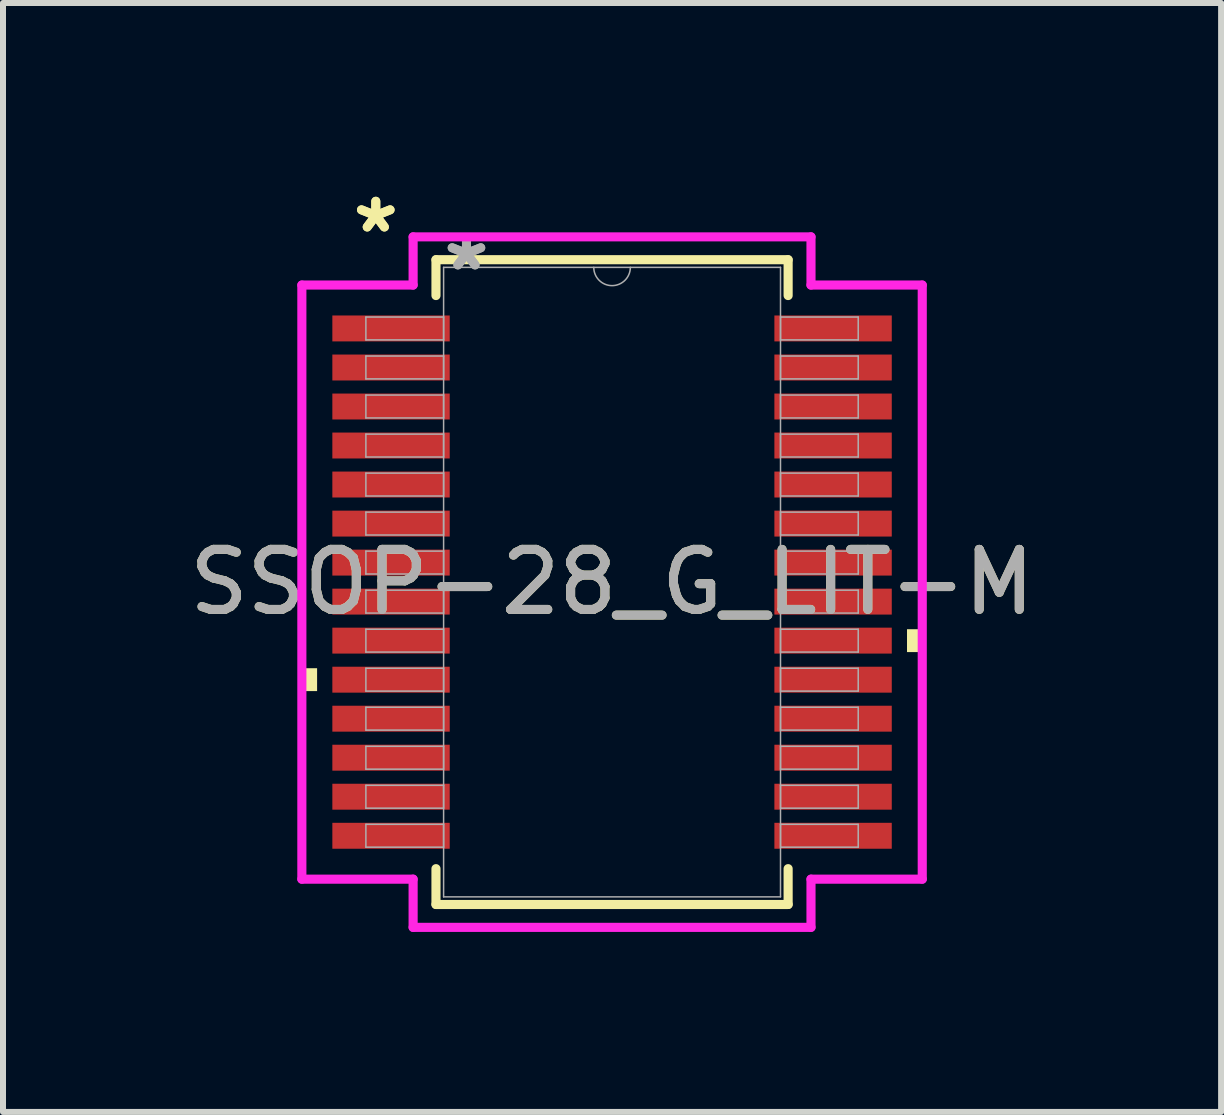
<source format=kicad_pcb>
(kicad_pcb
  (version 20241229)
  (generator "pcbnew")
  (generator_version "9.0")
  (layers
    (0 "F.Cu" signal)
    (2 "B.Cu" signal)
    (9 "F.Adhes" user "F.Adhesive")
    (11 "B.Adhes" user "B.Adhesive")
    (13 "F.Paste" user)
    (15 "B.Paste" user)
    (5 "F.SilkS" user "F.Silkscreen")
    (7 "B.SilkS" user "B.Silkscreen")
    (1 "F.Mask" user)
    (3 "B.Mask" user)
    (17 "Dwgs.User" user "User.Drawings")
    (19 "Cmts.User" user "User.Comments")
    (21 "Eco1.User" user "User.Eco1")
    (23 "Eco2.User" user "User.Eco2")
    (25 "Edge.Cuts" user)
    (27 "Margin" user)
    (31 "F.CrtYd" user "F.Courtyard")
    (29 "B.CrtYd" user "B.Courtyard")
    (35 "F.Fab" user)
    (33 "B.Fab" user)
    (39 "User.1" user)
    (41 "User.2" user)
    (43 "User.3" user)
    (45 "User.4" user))
  (footprint "SSOP-28_G_LIT-M"
    (layer "F.Cu")
    (at 7.149 6.65)
    (property "Reference" "SSOP-28_G_LIT-M" (at 0 0 0) (unlocked yes) (layer "F.SilkS") (effects (font (size 1 1) (thickness 0.15))))
    (attr smd)
    (fp_line (start -2.934 -5.372) (end -2.934 -4.775) (stroke (width 0.152) (type solid)) (layer "F.SilkS"))
    (fp_line (start -2.934 4.775) (end -2.934 5.372) (stroke (width 0.152) (type solid)) (layer "F.SilkS"))
    (fp_line (start -2.934 5.372) (end 2.934 5.372) (stroke (width 0.152) (type solid)) (layer "F.SilkS"))
    (fp_line (start 2.934 -5.372) (end -2.934 -5.372) (stroke (width 0.152) (type solid)) (layer "F.SilkS"))
    (fp_line (start 2.934 -4.775) (end 2.934 -5.372) (stroke (width 0.152) (type solid)) (layer "F.SilkS"))
    (fp_line (start 2.934 5.372) (end 2.934 4.775) (stroke (width 0.152) (type solid)) (layer "F.SilkS"))
    (fp_poly (pts (xy -5.169 1.435) (xy -5.169 1.816) (xy -4.915 1.816) (xy -4.915 1.435)) (stroke (width 0) (type solid)) (fill yes) (layer "F.SilkS"))
    (fp_poly (pts (xy 5.169 0.785) (xy 5.169 1.166) (xy 4.915 1.166) (xy 4.915 0.785)) (stroke (width 0) (type solid)) (fill yes) (layer "F.SilkS"))
    (fp_line (start -5.169 -4.95) (end -3.315 -4.95) (stroke (width 0.152) (type solid)) (layer "F.CrtYd"))
    (fp_line (start -5.169 4.95) (end -5.169 -4.95) (stroke (width 0.152) (type solid)) (layer "F.CrtYd"))
    (fp_line (start -5.169 4.95) (end -3.315 4.95) (stroke (width 0.152) (type solid)) (layer "F.CrtYd"))
    (fp_line (start -3.315 -5.753) (end 3.315 -5.753) (stroke (width 0.152) (type solid)) (layer "F.CrtYd"))
    (fp_line (start -3.315 -4.95) (end -3.315 -5.753) (stroke (width 0.152) (type solid)) (layer "F.CrtYd"))
    (fp_line (start -3.315 5.753) (end -3.315 4.95) (stroke (width 0.152) (type solid)) (layer "F.CrtYd"))
    (fp_line (start 3.315 -5.753) (end 3.315 -4.95) (stroke (width 0.152) (type solid)) (layer "F.CrtYd"))
    (fp_line (start 3.315 4.95) (end 3.315 5.753) (stroke (width 0.152) (type solid)) (layer "F.CrtYd"))
    (fp_line (start 3.315 5.753) (end -3.315 5.753) (stroke (width 0.152) (type solid)) (layer "F.CrtYd"))
    (fp_line (start 5.169 -4.95) (end 3.315 -4.95) (stroke (width 0.152) (type solid)) (layer "F.CrtYd"))
    (fp_line (start 5.169 -4.95) (end 5.169 4.95) (stroke (width 0.152) (type solid)) (layer "F.CrtYd"))
    (fp_line (start 5.169 4.95) (end 3.315 4.95) (stroke (width 0.152) (type solid)) (layer "F.CrtYd"))
    (fp_line (start -4.102 -4.417) (end -4.102 -4.036) (stroke (width 0.025) (type solid)) (layer "F.Fab"))
    (fp_line (start -4.102 -4.036) (end -2.807 -4.036) (stroke (width 0.025) (type solid)) (layer "F.Fab"))
    (fp_line (start -4.102 -3.767) (end -4.102 -3.386) (stroke (width 0.025) (type solid)) (layer "F.Fab"))
    (fp_line (start -4.102 -3.386) (end -2.807 -3.386) (stroke (width 0.025) (type solid)) (layer "F.Fab"))
    (fp_line (start -4.102 -3.117) (end -4.102 -2.736) (stroke (width 0.025) (type solid)) (layer "F.Fab"))
    (fp_line (start -4.102 -2.736) (end -2.807 -2.736) (stroke (width 0.025) (type solid)) (layer "F.Fab"))
    (fp_line (start -4.102 -2.466) (end -4.102 -2.085) (stroke (width 0.025) (type solid)) (layer "F.Fab"))
    (fp_line (start -4.102 -2.085) (end -2.807 -2.085) (stroke (width 0.025) (type solid)) (layer "F.Fab"))
    (fp_line (start -4.102 -1.816) (end -4.102 -1.435) (stroke (width 0.025) (type solid)) (layer "F.Fab"))
    (fp_line (start -4.102 -1.435) (end -2.807 -1.435) (stroke (width 0.025) (type solid)) (layer "F.Fab"))
    (fp_line (start -4.102 -1.166) (end -4.102 -0.785) (stroke (width 0.025) (type solid)) (layer "F.Fab"))
    (fp_line (start -4.102 -0.785) (end -2.807 -0.785) (stroke (width 0.025) (type solid)) (layer "F.Fab"))
    (fp_line (start -4.102 -0.516) (end -4.102 -0.135) (stroke (width 0.025) (type solid)) (layer "F.Fab"))
    (fp_line (start -4.102 -0.135) (end -2.807 -0.135) (stroke (width 0.025) (type solid)) (layer "F.Fab"))
    (fp_line (start -4.102 0.135) (end -4.102 0.516) (stroke (width 0.025) (type solid)) (layer "F.Fab"))
    (fp_line (start -4.102 0.516) (end -2.807 0.516) (stroke (width 0.025) (type solid)) (layer "F.Fab"))
    (fp_line (start -4.102 0.785) (end -4.102 1.166) (stroke (width 0.025) (type solid)) (layer "F.Fab"))
    (fp_line (start -4.102 1.166) (end -2.807 1.166) (stroke (width 0.025) (type solid)) (layer "F.Fab"))
    (fp_line (start -4.102 1.435) (end -4.102 1.816) (stroke (width 0.025) (type solid)) (layer "F.Fab"))
    (fp_line (start -4.102 1.816) (end -2.807 1.816) (stroke (width 0.025) (type solid)) (layer "F.Fab"))
    (fp_line (start -4.102 2.085) (end -4.102 2.466) (stroke (width 0.025) (type solid)) (layer "F.Fab"))
    (fp_line (start -4.102 2.466) (end -2.807 2.466) (stroke (width 0.025) (type solid)) (layer "F.Fab"))
    (fp_line (start -4.102 2.736) (end -4.102 3.117) (stroke (width 0.025) (type solid)) (layer "F.Fab"))
    (fp_line (start -4.102 3.117) (end -2.807 3.117) (stroke (width 0.025) (type solid)) (layer "F.Fab"))
    (fp_line (start -4.102 3.386) (end -4.102 3.767) (stroke (width 0.025) (type solid)) (layer "F.Fab"))
    (fp_line (start -4.102 3.767) (end -2.807 3.767) (stroke (width 0.025) (type solid)) (layer "F.Fab"))
    (fp_line (start -4.102 4.036) (end -4.102 4.417) (stroke (width 0.025) (type solid)) (layer "F.Fab"))
    (fp_line (start -4.102 4.417) (end -2.807 4.417) (stroke (width 0.025) (type solid)) (layer "F.Fab"))
    (fp_line (start -2.807 -5.245) (end -2.807 5.245) (stroke (width 0.025) (type solid)) (layer "F.Fab"))
    (fp_line (start -2.807 -4.417) (end -4.102 -4.417) (stroke (width 0.025) (type solid)) (layer "F.Fab"))
    (fp_line (start -2.807 -4.036) (end -2.807 -4.417) (stroke (width 0.025) (type solid)) (layer "F.Fab"))
    (fp_line (start -2.807 -3.767) (end -4.102 -3.767) (stroke (width 0.025) (type solid)) (layer "F.Fab"))
    (fp_line (start -2.807 -3.386) (end -2.807 -3.767) (stroke (width 0.025) (type solid)) (layer "F.Fab"))
    (fp_line (start -2.807 -3.117) (end -4.102 -3.117) (stroke (width 0.025) (type solid)) (layer "F.Fab"))
    (fp_line (start -2.807 -2.736) (end -2.807 -3.117) (stroke (width 0.025) (type solid)) (layer "F.Fab"))
    (fp_line (start -2.807 -2.466) (end -4.102 -2.466) (stroke (width 0.025) (type solid)) (layer "F.Fab"))
    (fp_line (start -2.807 -2.085) (end -2.807 -2.466) (stroke (width 0.025) (type solid)) (layer "F.Fab"))
    (fp_line (start -2.807 -1.816) (end -4.102 -1.816) (stroke (width 0.025) (type solid)) (layer "F.Fab"))
    (fp_line (start -2.807 -1.435) (end -2.807 -1.816) (stroke (width 0.025) (type solid)) (layer "F.Fab"))
    (fp_line (start -2.807 -1.166) (end -4.102 -1.166) (stroke (width 0.025) (type solid)) (layer "F.Fab"))
    (fp_line (start -2.807 -0.785) (end -2.807 -1.166) (stroke (width 0.025) (type solid)) (layer "F.Fab"))
    (fp_line (start -2.807 -0.516) (end -4.102 -0.516) (stroke (width 0.025) (type solid)) (layer "F.Fab"))
    (fp_line (start -2.807 -0.135) (end -2.807 -0.516) (stroke (width 0.025) (type solid)) (layer "F.Fab"))
    (fp_line (start -2.807 0.135) (end -4.102 0.135) (stroke (width 0.025) (type solid)) (layer "F.Fab"))
    (fp_line (start -2.807 0.516) (end -2.807 0.135) (stroke (width 0.025) (type solid)) (layer "F.Fab"))
    (fp_line (start -2.807 0.785) (end -4.102 0.785) (stroke (width 0.025) (type solid)) (layer "F.Fab"))
    (fp_line (start -2.807 1.166) (end -2.807 0.785) (stroke (width 0.025) (type solid)) (layer "F.Fab"))
    (fp_line (start -2.807 1.435) (end -4.102 1.435) (stroke (width 0.025) (type solid)) (layer "F.Fab"))
    (fp_line (start -2.807 1.816) (end -2.807 1.435) (stroke (width 0.025) (type solid)) (layer "F.Fab"))
    (fp_line (start -2.807 2.085) (end -4.102 2.085) (stroke (width 0.025) (type solid)) (layer "F.Fab"))
    (fp_line (start -2.807 2.466) (end -2.807 2.085) (stroke (width 0.025) (type solid)) (layer "F.Fab"))
    (fp_line (start -2.807 2.736) (end -4.102 2.736) (stroke (width 0.025) (type solid)) (layer "F.Fab"))
    (fp_line (start -2.807 3.117) (end -2.807 2.736) (stroke (width 0.025) (type solid)) (layer "F.Fab"))
    (fp_line (start -2.807 3.386) (end -4.102 3.386) (stroke (width 0.025) (type solid)) (layer "F.Fab"))
    (fp_line (start -2.807 3.767) (end -2.807 3.386) (stroke (width 0.025) (type solid)) (layer "F.Fab"))
    (fp_line (start -2.807 4.036) (end -4.102 4.036) (stroke (width 0.025) (type solid)) (layer "F.Fab"))
    (fp_line (start -2.807 4.417) (end -2.807 4.036) (stroke (width 0.025) (type solid)) (layer "F.Fab"))
    (fp_line (start -2.807 5.245) (end 2.807 5.245) (stroke (width 0.025) (type solid)) (layer "F.Fab"))
    (fp_line (start 2.807 -5.245) (end -2.807 -5.245) (stroke (width 0.025) (type solid)) (layer "F.Fab"))
    (fp_line (start 2.807 -4.417) (end 2.807 -4.036) (stroke (width 0.025) (type solid)) (layer "F.Fab"))
    (fp_line (start 2.807 -4.036) (end 4.102 -4.036) (stroke (width 0.025) (type solid)) (layer "F.Fab"))
    (fp_line (start 2.807 -3.767) (end 2.807 -3.386) (stroke (width 0.025) (type solid)) (layer "F.Fab"))
    (fp_line (start 2.807 -3.386) (end 4.102 -3.386) (stroke (width 0.025) (type solid)) (layer "F.Fab"))
    (fp_line (start 2.807 -3.117) (end 2.807 -2.736) (stroke (width 0.025) (type solid)) (layer "F.Fab"))
    (fp_line (start 2.807 -2.736) (end 4.102 -2.736) (stroke (width 0.025) (type solid)) (layer "F.Fab"))
    (fp_line (start 2.807 -2.466) (end 2.807 -2.085) (stroke (width 0.025) (type solid)) (layer "F.Fab"))
    (fp_line (start 2.807 -2.085) (end 4.102 -2.085) (stroke (width 0.025) (type solid)) (layer "F.Fab"))
    (fp_line (start 2.807 -1.816) (end 2.807 -1.435) (stroke (width 0.025) (type solid)) (layer "F.Fab"))
    (fp_line (start 2.807 -1.435) (end 4.102 -1.435) (stroke (width 0.025) (type solid)) (layer "F.Fab"))
    (fp_line (start 2.807 -1.166) (end 2.807 -0.785) (stroke (width 0.025) (type solid)) (layer "F.Fab"))
    (fp_line (start 2.807 -0.785) (end 4.102 -0.785) (stroke (width 0.025) (type solid)) (layer "F.Fab"))
    (fp_line (start 2.807 -0.516) (end 2.807 -0.135) (stroke (width 0.025) (type solid)) (layer "F.Fab"))
    (fp_line (start 2.807 -0.135) (end 4.102 -0.135) (stroke (width 0.025) (type solid)) (layer "F.Fab"))
    (fp_line (start 2.807 0.135) (end 2.807 0.516) (stroke (width 0.025) (type solid)) (layer "F.Fab"))
    (fp_line (start 2.807 0.516) (end 4.102 0.516) (stroke (width 0.025) (type solid)) (layer "F.Fab"))
    (fp_line (start 2.807 0.785) (end 2.807 1.166) (stroke (width 0.025) (type solid)) (layer "F.Fab"))
    (fp_line (start 2.807 1.166) (end 4.102 1.166) (stroke (width 0.025) (type solid)) (layer "F.Fab"))
    (fp_line (start 2.807 1.435) (end 2.807 1.816) (stroke (width 0.025) (type solid)) (layer "F.Fab"))
    (fp_line (start 2.807 1.816) (end 4.102 1.816) (stroke (width 0.025) (type solid)) (layer "F.Fab"))
    (fp_line (start 2.807 2.085) (end 2.807 2.466) (stroke (width 0.025) (type solid)) (layer "F.Fab"))
    (fp_line (start 2.807 2.466) (end 4.102 2.466) (stroke (width 0.025) (type solid)) (layer "F.Fab"))
    (fp_line (start 2.807 2.736) (end 2.807 3.117) (stroke (width 0.025) (type solid)) (layer "F.Fab"))
    (fp_line (start 2.807 3.117) (end 4.102 3.117) (stroke (width 0.025) (type solid)) (layer "F.Fab"))
    (fp_line (start 2.807 3.386) (end 2.807 3.767) (stroke (width 0.025) (type solid)) (layer "F.Fab"))
    (fp_line (start 2.807 3.767) (end 4.102 3.767) (stroke (width 0.025) (type solid)) (layer "F.Fab"))
    (fp_line (start 2.807 4.036) (end 2.807 4.417) (stroke (width 0.025) (type solid)) (layer "F.Fab"))
    (fp_line (start 2.807 4.417) (end 4.102 4.417) (stroke (width 0.025) (type solid)) (layer "F.Fab"))
    (fp_line (start 2.807 5.245) (end 2.807 -5.245) (stroke (width 0.025) (type solid)) (layer "F.Fab"))
    (fp_line (start 4.102 -4.417) (end 2.807 -4.417) (stroke (width 0.025) (type solid)) (layer "F.Fab"))
    (fp_line (start 4.102 -4.036) (end 4.102 -4.417) (stroke (width 0.025) (type solid)) (layer "F.Fab"))
    (fp_line (start 4.102 -3.767) (end 2.807 -3.767) (stroke (width 0.025) (type solid)) (layer "F.Fab"))
    (fp_line (start 4.102 -3.386) (end 4.102 -3.767) (stroke (width 0.025) (type solid)) (layer "F.Fab"))
    (fp_line (start 4.102 -3.117) (end 2.807 -3.117) (stroke (width 0.025) (type solid)) (layer "F.Fab"))
    (fp_line (start 4.102 -2.736) (end 4.102 -3.117) (stroke (width 0.025) (type solid)) (layer "F.Fab"))
    (fp_line (start 4.102 -2.466) (end 2.807 -2.466) (stroke (width 0.025) (type solid)) (layer "F.Fab"))
    (fp_line (start 4.102 -2.085) (end 4.102 -2.466) (stroke (width 0.025) (type solid)) (layer "F.Fab"))
    (fp_line (start 4.102 -1.816) (end 2.807 -1.816) (stroke (width 0.025) (type solid)) (layer "F.Fab"))
    (fp_line (start 4.102 -1.435) (end 4.102 -1.816) (stroke (width 0.025) (type solid)) (layer "F.Fab"))
    (fp_line (start 4.102 -1.166) (end 2.807 -1.166) (stroke (width 0.025) (type solid)) (layer "F.Fab"))
    (fp_line (start 4.102 -0.785) (end 4.102 -1.166) (stroke (width 0.025) (type solid)) (layer "F.Fab"))
    (fp_line (start 4.102 -0.516) (end 2.807 -0.516) (stroke (width 0.025) (type solid)) (layer "F.Fab"))
    (fp_line (start 4.102 -0.135) (end 4.102 -0.516) (stroke (width 0.025) (type solid)) (layer "F.Fab"))
    (fp_line (start 4.102 0.135) (end 2.807 0.135) (stroke (width 0.025) (type solid)) (layer "F.Fab"))
    (fp_line (start 4.102 0.516) (end 4.102 0.135) (stroke (width 0.025) (type solid)) (layer "F.Fab"))
    (fp_line (start 4.102 0.785) (end 2.807 0.785) (stroke (width 0.025) (type solid)) (layer "F.Fab"))
    (fp_line (start 4.102 1.166) (end 4.102 0.785) (stroke (width 0.025) (type solid)) (layer "F.Fab"))
    (fp_line (start 4.102 1.435) (end 2.807 1.435) (stroke (width 0.025) (type solid)) (layer "F.Fab"))
    (fp_line (start 4.102 1.816) (end 4.102 1.435) (stroke (width 0.025) (type solid)) (layer "F.Fab"))
    (fp_line (start 4.102 2.085) (end 2.807 2.085) (stroke (width 0.025) (type solid)) (layer "F.Fab"))
    (fp_line (start 4.102 2.466) (end 4.102 2.085) (stroke (width 0.025) (type solid)) (layer "F.Fab"))
    (fp_line (start 4.102 2.736) (end 2.807 2.736) (stroke (width 0.025) (type solid)) (layer "F.Fab"))
    (fp_line (start 4.102 3.117) (end 4.102 2.736) (stroke (width 0.025) (type solid)) (layer "F.Fab"))
    (fp_line (start 4.102 3.386) (end 2.807 3.386) (stroke (width 0.025) (type solid)) (layer "F.Fab"))
    (fp_line (start 4.102 3.767) (end 4.102 3.386) (stroke (width 0.025) (type solid)) (layer "F.Fab"))
    (fp_line (start 4.102 4.036) (end 2.807 4.036) (stroke (width 0.025) (type solid)) (layer "F.Fab"))
    (fp_line (start 4.102 4.417) (end 4.102 4.036) (stroke (width 0.025) (type solid)) (layer "F.Fab"))
    (fp_arc (start 0.3048 -5.2451) (mid 0 -4.9403) (end -0.3048 -5.2451) (stroke (width 0.0254) (type solid)) (layer "F.Fab"))
    (fp_text user "*" (at -3.937 -5.801 0) (unlocked yes) (layer "F.SilkS") (effects (font (size 1 1) (thickness 0.15))))
    (fp_text user "*" (at -3.937 -5.801 0) (layer "F.SilkS") (effects (font (size 1 1) (thickness 0.15))))
    (fp_text user "${REFERENCE}" (at 0 0 0) (unlocked yes) (layer "F.Fab") (effects (font (size 1 1) (thickness 0.15))))
    (fp_text user "*" (at -2.426 -5.169 0) (unlocked yes) (layer "F.Fab") (effects (font (size 1 1) (thickness 0.15))))
    (fp_text user "*" (at -2.426 -5.169 0) (layer "F.Fab") (effects (font (size 1 1) (thickness 0.15))))
    (pad "1" smd rect (at -3.683 -4.227) (size 1.956 0.432) (layers "F.Cu" "F.Mask" "F.Paste"))
    (pad "2" smd rect (at -3.683 -3.576) (size 1.956 0.432) (layers "F.Cu" "F.Mask" "F.Paste"))
    (pad "3" smd rect (at -3.683 -2.926) (size 1.956 0.432) (layers "F.Cu" "F.Mask" "F.Paste"))
    (pad "4" smd rect (at -3.683 -2.276) (size 1.956 0.432) (layers "F.Cu" "F.Mask" "F.Paste"))
    (pad "5" smd rect (at -3.683 -1.626) (size 1.956 0.432) (layers "F.Cu" "F.Mask" "F.Paste"))
    (pad "6" smd rect (at -3.683 -0.975) (size 1.956 0.432) (layers "F.Cu" "F.Mask" "F.Paste"))
    (pad "7" smd rect (at -3.683 -0.325) (size 1.956 0.432) (layers "F.Cu" "F.Mask" "F.Paste"))
    (pad "8" smd rect (at -3.683 0.325) (size 1.956 0.432) (layers "F.Cu" "F.Mask" "F.Paste"))
    (pad "9" smd rect (at -3.683 0.975) (size 1.956 0.432) (layers "F.Cu" "F.Mask" "F.Paste"))
    (pad "10" smd rect (at -3.683 1.626) (size 1.956 0.432) (layers "F.Cu" "F.Mask" "F.Paste"))
    (pad "11" smd rect (at -3.683 2.276) (size 1.956 0.432) (layers "F.Cu" "F.Mask" "F.Paste"))
    (pad "12" smd rect (at -3.683 2.926) (size 1.956 0.432) (layers "F.Cu" "F.Mask" "F.Paste"))
    (pad "13" smd rect (at -3.683 3.576) (size 1.956 0.432) (layers "F.Cu" "F.Mask" "F.Paste"))
    (pad "14" smd rect (at -3.683 4.227) (size 1.956 0.432) (layers "F.Cu" "F.Mask" "F.Paste"))
    (pad "15" smd rect (at 3.683 4.227) (size 1.956 0.432) (layers "F.Cu" "F.Mask" "F.Paste"))
    (pad "16" smd rect (at 3.683 3.576) (size 1.956 0.432) (layers "F.Cu" "F.Mask" "F.Paste"))
    (pad "17" smd rect (at 3.683 2.926) (size 1.956 0.432) (layers "F.Cu" "F.Mask" "F.Paste"))
    (pad "18" smd rect (at 3.683 2.276) (size 1.956 0.432) (layers "F.Cu" "F.Mask" "F.Paste"))
    (pad "19" smd rect (at 3.683 1.626) (size 1.956 0.432) (layers "F.Cu" "F.Mask" "F.Paste"))
    (pad "20" smd rect (at 3.683 0.975) (size 1.956 0.432) (layers "F.Cu" "F.Mask" "F.Paste"))
    (pad "21" smd rect (at 3.683 0.325) (size 1.956 0.432) (layers "F.Cu" "F.Mask" "F.Paste"))
    (pad "22" smd rect (at 3.683 -0.325) (size 1.956 0.432) (layers "F.Cu" "F.Mask" "F.Paste"))
    (pad "23" smd rect (at 3.683 -0.975) (size 1.956 0.432) (layers "F.Cu" "F.Mask" "F.Paste"))
    (pad "24" smd rect (at 3.683 -1.626) (size 1.956 0.432) (layers "F.Cu" "F.Mask" "F.Paste"))
    (pad "25" smd rect (at 3.683 -2.276) (size 1.956 0.432) (layers "F.Cu" "F.Mask" "F.Paste"))
    (pad "26" smd rect (at 3.683 -2.926) (size 1.956 0.432) (layers "F.Cu" "F.Mask" "F.Paste"))
    (pad "27" smd rect (at 3.683 -3.576) (size 1.956 0.432) (layers "F.Cu" "F.Mask" "F.Paste"))
    (pad "28" smd rect (at 3.683 -4.227) (size 1.956 0.432) (layers "F.Cu" "F.Mask" "F.Paste")))
  (gr_rect
    (start -3 -3)
    (end 17.298 15.479)
    (stroke (width 0.1) (type default))
    (fill no)
    (layer "Edge.Cuts")))
</source>
